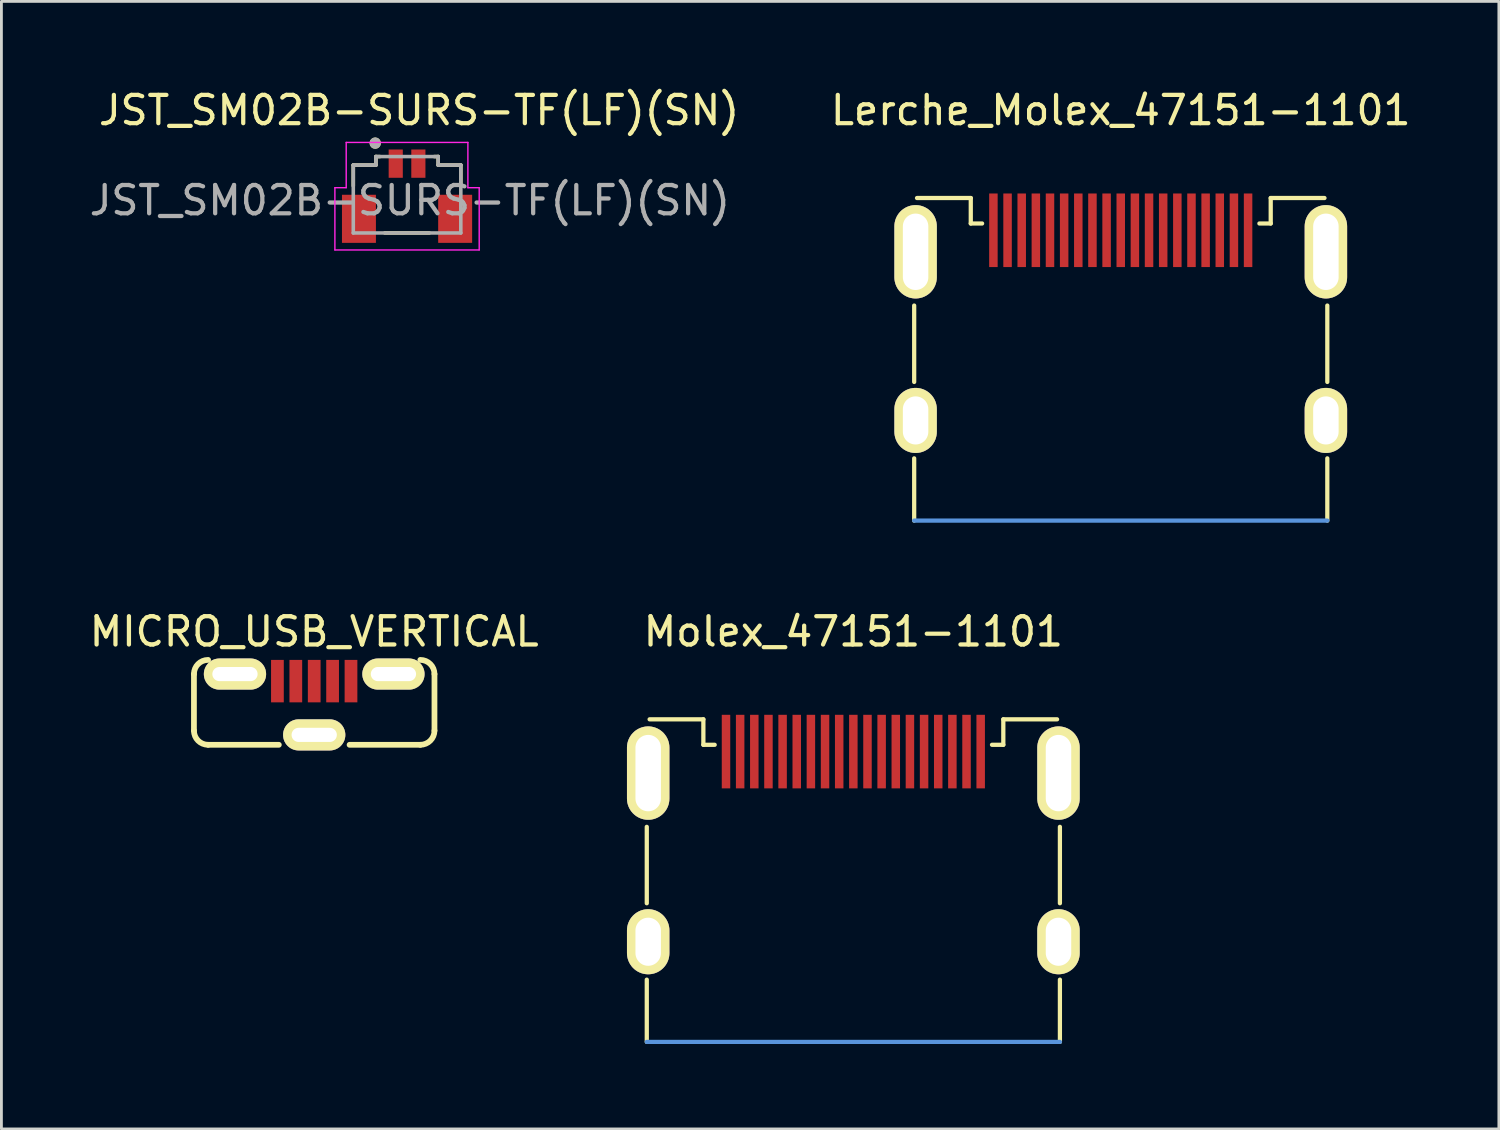
<source format=kicad_pcb>
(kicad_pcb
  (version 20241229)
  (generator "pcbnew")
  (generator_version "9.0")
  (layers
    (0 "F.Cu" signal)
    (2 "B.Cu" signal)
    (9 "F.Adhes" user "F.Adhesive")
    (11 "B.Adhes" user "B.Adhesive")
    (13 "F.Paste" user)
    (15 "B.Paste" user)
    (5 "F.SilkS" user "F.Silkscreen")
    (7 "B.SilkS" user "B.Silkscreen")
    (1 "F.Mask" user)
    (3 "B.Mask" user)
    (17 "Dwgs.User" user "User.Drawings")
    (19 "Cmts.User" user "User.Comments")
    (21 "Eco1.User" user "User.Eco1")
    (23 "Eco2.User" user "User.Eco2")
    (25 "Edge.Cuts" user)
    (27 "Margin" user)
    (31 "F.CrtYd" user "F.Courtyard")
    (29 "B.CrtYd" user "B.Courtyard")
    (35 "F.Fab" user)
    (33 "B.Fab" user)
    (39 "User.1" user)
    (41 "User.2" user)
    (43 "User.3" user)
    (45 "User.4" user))
  (footprint "Lerche_Molex_47151-1101"
    (layer "F.Cu")
    (at 36.557 5.848)
    (property "Reference" "Lerche_Molex_47151-1101" (at 0 -5 0) (layer "F.SilkS") (effects (font (size 1 1) (thickness 0.15))))
    (attr through_hole)
    (fp_line (start -7.3 1.9) (end -7.3 4.6) (stroke (width 0.15) (type solid)) (layer "F.SilkS"))
    (fp_line (start -7.3 7.3) (end -7.3 9.5) (stroke (width 0.15) (type solid)) (layer "F.SilkS"))
    (fp_line (start -7.2 -1.9) (end -5.3 -1.9) (stroke (width 0.15) (type solid)) (layer "F.SilkS"))
    (fp_line (start -5.3 -1.9) (end -5.3 -1) (stroke (width 0.15) (type solid)) (layer "F.SilkS"))
    (fp_line (start -5.3 -1) (end -4.9 -1) (stroke (width 0.15) (type solid)) (layer "F.SilkS"))
    (fp_line (start 4.9 -1) (end 5.3 -1) (stroke (width 0.15) (type solid)) (layer "F.SilkS"))
    (fp_line (start 5.3 -1.9) (end 7.2 -1.9) (stroke (width 0.15) (type solid)) (layer "F.SilkS"))
    (fp_line (start 5.3 -1) (end 5.3 -1.9) (stroke (width 0.15) (type solid)) (layer "F.SilkS"))
    (fp_line (start 7.3 1.9) (end 7.3 4.6) (stroke (width 0.15) (type solid)) (layer "F.SilkS"))
    (fp_line (start 7.3 7.3) (end 7.3 9.5) (stroke (width 0.15) (type solid)) (layer "F.SilkS"))
    (fp_line (start -7.3 9.5) (end 7.3 9.5) (stroke (width 0.15) (type solid)) (layer "Cmts.User"))
    (pad "1" smd rect (at 4.5 -0.76) (size 0.3 2.6) (layers "F.Cu" "F.Mask" "F.Paste"))
    (pad "2" smd rect (at 4 -0.76) (size 0.3 2.6) (layers "F.Cu" "F.Mask" "F.Paste"))
    (pad "3" smd rect (at 3.5 -0.76) (size 0.3 2.6) (layers "F.Cu" "F.Mask" "F.Paste"))
    (pad "4" smd rect (at 3 -0.76) (size 0.3 2.6) (layers "F.Cu" "F.Mask" "F.Paste"))
    (pad "5" smd rect (at 2.5 -0.76) (size 0.3 2.6) (layers "F.Cu" "F.Mask" "F.Paste"))
    (pad "6" smd rect (at 2 -0.76) (size 0.3 2.6) (layers "F.Cu" "F.Mask" "F.Paste"))
    (pad "7" smd rect (at 1.5 -0.76) (size 0.3 2.6) (layers "F.Cu" "F.Mask" "F.Paste"))
    (pad "8" smd rect (at 1 -0.76) (size 0.3 2.6) (layers "F.Cu" "F.Mask" "F.Paste"))
    (pad "9" smd rect (at 0.5 -0.76) (size 0.3 2.6) (layers "F.Cu" "F.Mask" "F.Paste"))
    (pad "10" smd rect (at 0 -0.76) (size 0.3 2.6) (layers "F.Cu" "F.Mask" "F.Paste"))
    (pad "11" smd rect (at -0.5 -0.76) (size 0.3 2.6) (layers "F.Cu" "F.Mask" "F.Paste"))
    (pad "12" smd rect (at -1 -0.76) (size 0.3 2.6) (layers "F.Cu" "F.Mask" "F.Paste"))
    (pad "13" smd rect (at -1.5 -0.76) (size 0.3 2.6) (layers "F.Cu" "F.Mask" "F.Paste"))
    (pad "14" smd rect (at -2 -0.76) (size 0.3 2.6) (layers "F.Cu" "F.Mask" "F.Paste"))
    (pad "15" smd rect (at -2.5 -0.76) (size 0.3 2.6) (layers "F.Cu" "F.Mask" "F.Paste"))
    (pad "16" smd rect (at -3 -0.76) (size 0.3 2.6) (layers "F.Cu" "F.Mask" "F.Paste"))
    (pad "17" smd rect (at -3.5 -0.76) (size 0.3 2.6) (layers "F.Cu" "F.Mask" "F.Paste"))
    (pad "18" smd rect (at -4 -0.76) (size 0.3 2.6) (layers "F.Cu" "F.Mask" "F.Paste"))
    (pad "19" smd rect (at -4.5 -0.76) (size 0.3 2.6) (layers "F.Cu" "F.Mask" "F.Paste"))
    (pad "SHIE" thru_hole oval (at -7.25 0) (size 1.5 3.3) (drill oval 0.9 2.7) (layers "*.Cu" "*.Mask" "F.SilkS"))
    (pad "SHIE" thru_hole oval (at -7.25 5.96) (size 1.5 2.3) (drill oval 0.9 1.7) (layers "*.Cu" "*.Mask" "F.SilkS"))
    (pad "SHIE" thru_hole oval (at 7.25 0) (size 1.5 3.3) (drill oval 0.9 2.7) (layers "*.Cu" "*.Mask" "F.SilkS"))
    (pad "SHIE" thru_hole oval (at 7.25 5.96) (size 1.5 2.3) (drill oval 0.9 1.7) (layers "*.Cu" "*.Mask" "F.SilkS")))
  (footprint "Molex_47151-1101"
    (layer "F.Cu")
    (at 27.107 24.271)
    (property "Reference" "Molex_47151-1101" (at 0 -5 0) (layer "F.SilkS") (effects (font (size 1 1) (thickness 0.15))))
    (attr through_hole)
    (fp_line (start -7.3 1.9) (end -7.3 4.6) (stroke (width 0.15) (type solid)) (layer "F.SilkS"))
    (fp_line (start -7.3 7.3) (end -7.3 9.5) (stroke (width 0.15) (type solid)) (layer "F.SilkS"))
    (fp_line (start -7.2 -1.9) (end -5.3 -1.9) (stroke (width 0.15) (type solid)) (layer "F.SilkS"))
    (fp_line (start -5.3 -1.9) (end -5.3 -1) (stroke (width 0.15) (type solid)) (layer "F.SilkS"))
    (fp_line (start -5.3 -1) (end -4.9 -1) (stroke (width 0.15) (type solid)) (layer "F.SilkS"))
    (fp_line (start 4.9 -1) (end 5.3 -1) (stroke (width 0.15) (type solid)) (layer "F.SilkS"))
    (fp_line (start 5.3 -1.9) (end 7.2 -1.9) (stroke (width 0.15) (type solid)) (layer "F.SilkS"))
    (fp_line (start 5.3 -1) (end 5.3 -1.9) (stroke (width 0.15) (type solid)) (layer "F.SilkS"))
    (fp_line (start 7.3 1.9) (end 7.3 4.6) (stroke (width 0.15) (type solid)) (layer "F.SilkS"))
    (fp_line (start 7.3 7.3) (end 7.3 9.5) (stroke (width 0.15) (type solid)) (layer "F.SilkS"))
    (fp_line (start -7.3 9.5) (end 7.3 9.5) (stroke (width 0.15) (type solid)) (layer "Cmts.User"))
    (pad "1" smd rect (at 4.5 -0.76) (size 0.3 2.6) (layers "F.Cu" "F.Mask" "F.Paste"))
    (pad "2" smd rect (at 4 -0.76) (size 0.3 2.6) (layers "F.Cu" "F.Mask" "F.Paste"))
    (pad "3" smd rect (at 3.5 -0.76) (size 0.3 2.6) (layers "F.Cu" "F.Mask" "F.Paste"))
    (pad "4" smd rect (at 3 -0.76) (size 0.3 2.6) (layers "F.Cu" "F.Mask" "F.Paste"))
    (pad "5" smd rect (at 2.5 -0.76) (size 0.3 2.6) (layers "F.Cu" "F.Mask" "F.Paste"))
    (pad "6" smd rect (at 2 -0.76) (size 0.3 2.6) (layers "F.Cu" "F.Mask" "F.Paste"))
    (pad "7" smd rect (at 1.5 -0.76) (size 0.3 2.6) (layers "F.Cu" "F.Mask" "F.Paste"))
    (pad "8" smd rect (at 1 -0.76) (size 0.3 2.6) (layers "F.Cu" "F.Mask" "F.Paste"))
    (pad "9" smd rect (at 0.5 -0.76) (size 0.3 2.6) (layers "F.Cu" "F.Mask" "F.Paste"))
    (pad "10" smd rect (at 0 -0.76) (size 0.3 2.6) (layers "F.Cu" "F.Mask" "F.Paste"))
    (pad "11" smd rect (at -0.5 -0.76) (size 0.3 2.6) (layers "F.Cu" "F.Mask" "F.Paste"))
    (pad "12" smd rect (at -1 -0.76) (size 0.3 2.6) (layers "F.Cu" "F.Mask" "F.Paste"))
    (pad "13" smd rect (at -1.5 -0.76) (size 0.3 2.6) (layers "F.Cu" "F.Mask" "F.Paste"))
    (pad "14" smd rect (at -2 -0.76) (size 0.3 2.6) (layers "F.Cu" "F.Mask" "F.Paste"))
    (pad "15" smd rect (at -2.5 -0.76) (size 0.3 2.6) (layers "F.Cu" "F.Mask" "F.Paste"))
    (pad "16" smd rect (at -3 -0.76) (size 0.3 2.6) (layers "F.Cu" "F.Mask" "F.Paste"))
    (pad "17" smd rect (at -3.5 -0.76) (size 0.3 2.6) (layers "F.Cu" "F.Mask" "F.Paste"))
    (pad "18" smd rect (at -4 -0.76) (size 0.3 2.6) (layers "F.Cu" "F.Mask" "F.Paste"))
    (pad "19" smd rect (at -4.5 -0.76) (size 0.3 2.6) (layers "F.Cu" "F.Mask" "F.Paste"))
    (pad "20" thru_hole oval (at -7.25 0) (size 1.5 3.3) (drill oval 0.9 2.7) (layers "*.Cu" "*.Mask" "F.SilkS"))
    (pad "21" thru_hole oval (at -7.25 5.96) (size 1.5 2.3) (drill oval 0.9 1.7) (layers "*.Cu" "*.Mask" "F.SilkS"))
    (pad "22" thru_hole oval (at 7.25 0) (size 1.5 3.3) (drill oval 0.9 2.7) (layers "*.Cu" "*.Mask" "F.SilkS"))
    (pad "23" thru_hole oval (at 7.25 5.96) (size 1.5 2.3) (drill oval 0.9 1.7) (layers "*.Cu" "*.Mask" "F.SilkS")))
  (footprint "JST_SM02B-SURS-TF(LF)(SN)"
    (layer "F.Cu")
    (at 11.335 2.733)
    (property "Reference" "JST_SM02B-SURS-TF(LF)(SN)" (at 0.425 -1.885 0) (layer "F.SilkS") (effects (font (size 1 1) (thickness 0.15))))
    (attr through_hole)
    (fp_line (start -1.9 0.05) (end -1.9 0.787) (stroke (width 0.127) (type solid)) (layer "F.SilkS"))
    (fp_line (start -1.9 0.05) (end -1.1 0.05) (stroke (width 0.127) (type solid)) (layer "F.SilkS"))
    (fp_line (start -1.1 -0.25) (end -0.963 -0.25) (stroke (width 0.127) (type solid)) (layer "F.SilkS"))
    (fp_line (start -1.1 0.05) (end -1.1 -0.25) (stroke (width 0.127) (type solid)) (layer "F.SilkS"))
    (fp_line (start -0.786 2.45) (end 0.786 2.45) (stroke (width 0.127) (type solid)) (layer "F.SilkS"))
    (fp_line (start 1.1 -0.25) (end 0.963 -0.25) (stroke (width 0.127) (type solid)) (layer "F.SilkS"))
    (fp_line (start 1.1 -0.25) (end 1.1 0.05) (stroke (width 0.127) (type solid)) (layer "F.SilkS"))
    (fp_line (start 1.1 0.05) (end 1.9 0.05) (stroke (width 0.127) (type solid)) (layer "F.SilkS"))
    (fp_line (start 1.9 0.05) (end 1.9 0.787) (stroke (width 0.127) (type solid)) (layer "F.SilkS"))
    (fp_circle (center -1.125 -0.725) (end -1.025 -0.725) (stroke (width 0.2) (type solid)) (fill no) (layer "F.SilkS"))
    (fp_line (start -2.55 0.85) (end -2.55 3.05) (stroke (width 0.05) (type solid)) (layer "F.CrtYd"))
    (fp_line (start -2.55 3.05) (end 2.55 3.05) (stroke (width 0.05) (type solid)) (layer "F.CrtYd"))
    (fp_line (start -2.15 -0.75) (end -2.15 0.85) (stroke (width 0.05) (type solid)) (layer "F.CrtYd"))
    (fp_line (start -2.15 0.85) (end -2.55 0.85) (stroke (width 0.05) (type solid)) (layer "F.CrtYd"))
    (fp_line (start 2.15 -0.75) (end -2.15 -0.75) (stroke (width 0.05) (type solid)) (layer "F.CrtYd"))
    (fp_line (start 2.15 0.85) (end 2.15 -0.75) (stroke (width 0.05) (type solid)) (layer "F.CrtYd"))
    (fp_line (start 2.55 0.85) (end 2.15 0.85) (stroke (width 0.05) (type solid)) (layer "F.CrtYd"))
    (fp_line (start 2.55 3.05) (end 2.55 0.85) (stroke (width 0.05) (type solid)) (layer "F.CrtYd"))
    (fp_line (start -1.9 0.05) (end -1.9 2.45) (stroke (width 0.127) (type solid)) (layer "F.Fab"))
    (fp_line (start -1.9 0.05) (end -1.1 0.05) (stroke (width 0.127) (type solid)) (layer "F.Fab"))
    (fp_line (start -1.9 2.45) (end 1.9 2.45) (stroke (width 0.127) (type solid)) (layer "F.Fab"))
    (fp_line (start -1.1 -0.25) (end 1.1 -0.25) (stroke (width 0.127) (type solid)) (layer "F.Fab"))
    (fp_line (start -1.1 0.05) (end -1.1 -0.25) (stroke (width 0.127) (type solid)) (layer "F.Fab"))
    (fp_line (start 1.1 -0.25) (end 1.1 0.05) (stroke (width 0.127) (type solid)) (layer "F.Fab"))
    (fp_line (start 1.1 0.05) (end 1.9 0.05) (stroke (width 0.127) (type solid)) (layer "F.Fab"))
    (fp_line (start 1.9 2.45) (end 1.9 0.05) (stroke (width 0.127) (type solid)) (layer "F.Fab"))
    (fp_circle (center -1.125 -0.725) (end -1.025 -0.725) (stroke (width 0.2) (type solid)) (fill no) (layer "F.Fab"))
    (fp_text user "${REFERENCE}" (at 0.1 1.3 0) (layer "F.Fab") (effects (font (size 1 1) (thickness 0.15))))
    (pad "1" smd rect (at -0.4 0) (size 0.5 1) (layers "F.Cu" "F.Mask" "F.Paste"))
    (pad "2" smd rect (at 0.4 0) (size 0.5 1) (layers "F.Cu" "F.Mask" "F.Paste"))
    (pad "S1" smd rect (at -1.7 1.95) (size 1.2 1.7) (layers "F.Cu" "F.Mask" "F.Paste"))
    (pad "S2" smd rect (at 1.7 1.95) (size 1.2 1.7) (layers "F.Cu" "F.Mask" "F.Paste")))
  (footprint "MICRO_USB_VERTICAL"
    (layer "F.Cu")
    (at 8.054 20.771)
    (property "Reference" "MICRO_USB_VERTICAL" (at 0 -1.5 0) (layer "F.SilkS") (effects (font (size 1 1) (thickness 0.15))))
    (attr through_hole)
    (fp_line (start -4.25 2) (end -4.25 0) (stroke (width 0.203) (type solid)) (layer "F.SilkS"))
    (fp_line (start -3.75 2.5) (end -1.25 2.5) (stroke (width 0.203) (type solid)) (layer "F.SilkS"))
    (fp_line (start 3.75 2.5) (end 1.25 2.5) (stroke (width 0.203) (type solid)) (layer "F.SilkS"))
    (fp_line (start 4.25 0) (end 4.25 2) (stroke (width 0.203) (type solid)) (layer "F.SilkS"))
    (fp_arc (start -4.25 0) (mid -4.103553 -0.353553) (end -3.75 -0.5) (stroke (width 0.2032) (type solid)) (layer "F.SilkS"))
    (fp_arc (start -3.75 2.5) (mid -4.103553 2.353553) (end -4.25 2) (stroke (width 0.2032) (type solid)) (layer "F.SilkS"))
    (fp_arc (start 3.75 -0.5) (mid 4.103553 -0.353553) (end 4.25 0) (stroke (width 0.2032) (type solid)) (layer "F.SilkS"))
    (fp_arc (start 4.25 2) (mid 4.103553 2.353553) (end 3.75 2.5) (stroke (width 0.2032) (type solid)) (layer "F.SilkS"))
    (pad "1" smd rect (at -1.3 0.25) (size 0.45 1.5) (layers "F.Cu" "F.Mask" "F.Paste"))
    (pad "2" smd rect (at -0.65 0.25) (size 0.45 1.5) (layers "F.Cu" "F.Mask" "F.Paste"))
    (pad "3" smd rect (at 0 0.25) (size 0.45 1.5) (layers "F.Cu" "F.Mask" "F.Paste"))
    (pad "4" smd rect (at 0.65 0.25) (size 0.45 1.5) (layers "F.Cu" "F.Mask" "F.Paste"))
    (pad "5" smd rect (at 1.3 0.25) (size 0.45 1.5) (layers "F.Cu" "F.Mask" "F.Paste"))
    (pad "6" thru_hole oval (at 0 2.15) (size 2.2 1.1) (drill oval 1.6 0.5) (layers "*.Cu" "*.Mask" "F.SilkS"))
    (pad "7" thru_hole oval (at 2.8 0) (size 2.2 1.1) (drill oval 1.6 0.5) (layers "*.Cu" "*.Mask" "F.SilkS"))
    (pad "8" thru_hole oval (at -2.8 0) (size 2.2 1.1) (drill oval 1.6 0.5) (layers "*.Cu" "*.Mask" "F.SilkS")))
  (gr_rect
    (start -3 -3)
    (end 49.92 36.846)
    (stroke (width 0.1) (type default))
    (fill no)
    (layer "Edge.Cuts")))
</source>
